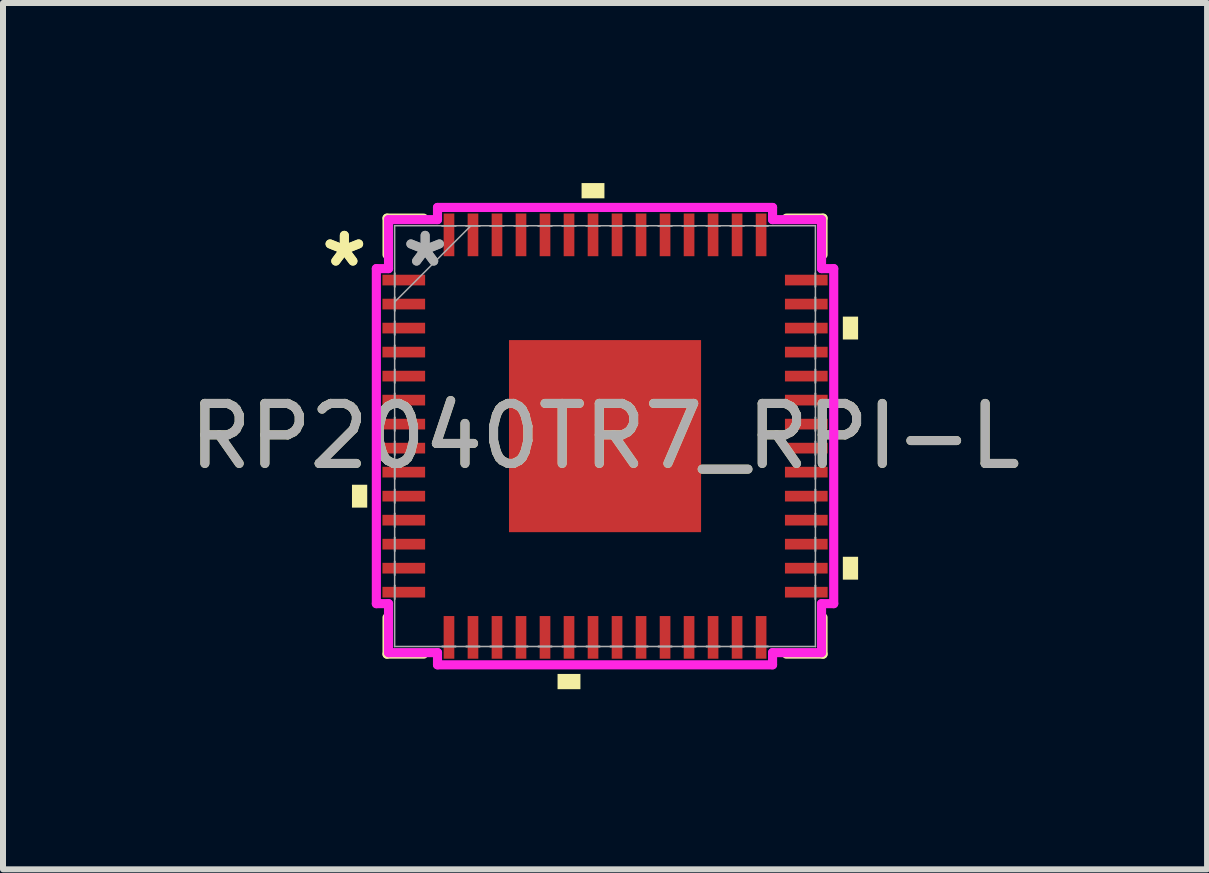
<source format=kicad_pcb>
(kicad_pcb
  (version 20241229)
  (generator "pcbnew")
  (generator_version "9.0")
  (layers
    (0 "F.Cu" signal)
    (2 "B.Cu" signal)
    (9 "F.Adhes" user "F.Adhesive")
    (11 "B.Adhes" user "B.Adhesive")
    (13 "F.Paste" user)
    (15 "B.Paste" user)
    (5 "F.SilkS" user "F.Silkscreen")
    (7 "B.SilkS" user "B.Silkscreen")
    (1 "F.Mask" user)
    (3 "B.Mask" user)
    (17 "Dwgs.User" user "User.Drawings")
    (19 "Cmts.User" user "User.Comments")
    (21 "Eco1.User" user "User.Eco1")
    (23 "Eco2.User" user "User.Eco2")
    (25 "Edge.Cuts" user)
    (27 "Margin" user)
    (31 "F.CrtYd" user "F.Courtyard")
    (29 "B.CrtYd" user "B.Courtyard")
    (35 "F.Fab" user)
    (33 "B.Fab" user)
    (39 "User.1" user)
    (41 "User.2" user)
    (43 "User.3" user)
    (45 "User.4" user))
  (footprint "RP2040TR7_RPI-L"
    (layer "F.Cu")
    (at 7.03 4.216)
    (property "Reference" "RP2040TR7_RPI-L" (at 0 0 0) (unlocked yes) (layer "F.SilkS") (effects (font (size 1 1) (thickness 0.15))))
    (attr smd)
    (fp_line (start -3.632 -3.632) (end -3.632 -3.022) (stroke (width 0.152) (type solid)) (layer "F.SilkS"))
    (fp_line (start -3.632 3.022) (end -3.632 3.632) (stroke (width 0.152) (type solid)) (layer "F.SilkS"))
    (fp_line (start -3.632 3.632) (end -3.022 3.632) (stroke (width 0.152) (type solid)) (layer "F.SilkS"))
    (fp_line (start -3.022 -3.632) (end -3.632 -3.632) (stroke (width 0.152) (type solid)) (layer "F.SilkS"))
    (fp_line (start 3.022 3.632) (end 3.632 3.632) (stroke (width 0.152) (type solid)) (layer "F.SilkS"))
    (fp_line (start 3.632 -3.632) (end 3.022 -3.632) (stroke (width 0.152) (type solid)) (layer "F.SilkS"))
    (fp_line (start 3.632 -3.022) (end 3.632 -3.632) (stroke (width 0.152) (type solid)) (layer "F.SilkS"))
    (fp_line (start 3.632 3.632) (end 3.632 3.022) (stroke (width 0.152) (type solid)) (layer "F.SilkS"))
    (fp_poly (pts (xy -4.216 0.81) (xy -4.216 1.191) (xy -3.962 1.191) (xy -3.962 0.81)) (stroke (width 0) (type solid)) (fill yes) (layer "F.SilkS"))
    (fp_poly (pts (xy -0.791 3.962) (xy -0.791 4.216) (xy -0.41 4.216) (xy -0.41 3.962)) (stroke (width 0) (type solid)) (fill yes) (layer "F.SilkS"))
    (fp_poly (pts (xy -0.391 -3.962) (xy -0.391 -4.216) (xy -0.01 -4.216) (xy -0.01 -3.962)) (stroke (width 0) (type solid)) (fill yes) (layer "F.SilkS"))
    (fp_poly (pts (xy 4.216 -1.991) (xy 4.216 -1.61) (xy 3.962 -1.61) (xy 3.962 -1.991)) (stroke (width 0) (type solid)) (fill yes) (layer "F.SilkS"))
    (fp_poly (pts (xy 4.216 2.01) (xy 4.216 2.391) (xy 3.962 2.391) (xy 3.962 2.01)) (stroke (width 0) (type solid)) (fill yes) (layer "F.SilkS"))
    (fp_poly (pts (xy -1.5 -1.5) (xy -1.5 -0.1) (xy -0.1 -0.1) (xy -0.1 -1.5)) (stroke (width 0) (type solid)) (fill yes) (layer "F.Paste"))
    (fp_poly (pts (xy -1.5 0.1) (xy -1.5 1.5) (xy -0.1 1.5) (xy -0.1 0.1)) (stroke (width 0) (type solid)) (fill yes) (layer "F.Paste"))
    (fp_poly (pts (xy 0.1 -1.5) (xy 0.1 -0.1) (xy 1.5 -0.1) (xy 1.5 -1.5)) (stroke (width 0) (type solid)) (fill yes) (layer "F.Paste"))
    (fp_poly (pts (xy 0.1 0.1) (xy 0.1 1.5) (xy 1.5 1.5) (xy 1.5 0.1)) (stroke (width 0) (type solid)) (fill yes) (layer "F.Paste"))
    (fp_line (start -3.81 -2.791) (end -3.607 -2.791) (stroke (width 0.152) (type solid)) (layer "F.CrtYd"))
    (fp_line (start -3.81 2.791) (end -3.81 -2.791) (stroke (width 0.152) (type solid)) (layer "F.CrtYd"))
    (fp_line (start -3.607 -3.607) (end -2.791 -3.607) (stroke (width 0.152) (type solid)) (layer "F.CrtYd"))
    (fp_line (start -3.607 -2.791) (end -3.607 -3.607) (stroke (width 0.152) (type solid)) (layer "F.CrtYd"))
    (fp_line (start -3.607 2.791) (end -3.81 2.791) (stroke (width 0.152) (type solid)) (layer "F.CrtYd"))
    (fp_line (start -3.607 3.607) (end -3.607 2.791) (stroke (width 0.152) (type solid)) (layer "F.CrtYd"))
    (fp_line (start -2.791 -3.81) (end 2.791 -3.81) (stroke (width 0.152) (type solid)) (layer "F.CrtYd"))
    (fp_line (start -2.791 -3.607) (end -2.791 -3.81) (stroke (width 0.152) (type solid)) (layer "F.CrtYd"))
    (fp_line (start -2.791 3.607) (end -3.607 3.607) (stroke (width 0.152) (type solid)) (layer "F.CrtYd"))
    (fp_line (start -2.791 3.81) (end -2.791 3.607) (stroke (width 0.152) (type solid)) (layer "F.CrtYd"))
    (fp_line (start 2.791 -3.81) (end 2.791 -3.607) (stroke (width 0.152) (type solid)) (layer "F.CrtYd"))
    (fp_line (start 2.791 -3.607) (end 3.607 -3.607) (stroke (width 0.152) (type solid)) (layer "F.CrtYd"))
    (fp_line (start 2.791 3.607) (end 2.791 3.81) (stroke (width 0.152) (type solid)) (layer "F.CrtYd"))
    (fp_line (start 2.791 3.81) (end -2.791 3.81) (stroke (width 0.152) (type solid)) (layer "F.CrtYd"))
    (fp_line (start 3.607 -3.607) (end 3.607 -2.791) (stroke (width 0.152) (type solid)) (layer "F.CrtYd"))
    (fp_line (start 3.607 -2.791) (end 3.81 -2.791) (stroke (width 0.152) (type solid)) (layer "F.CrtYd"))
    (fp_line (start 3.607 2.791) (end 3.607 3.607) (stroke (width 0.152) (type solid)) (layer "F.CrtYd"))
    (fp_line (start 3.607 3.607) (end 2.791 3.607) (stroke (width 0.152) (type solid)) (layer "F.CrtYd"))
    (fp_line (start 3.81 -2.791) (end 3.81 2.791) (stroke (width 0.152) (type solid)) (layer "F.CrtYd"))
    (fp_line (start 3.81 2.791) (end 3.607 2.791) (stroke (width 0.152) (type solid)) (layer "F.CrtYd"))
    (fp_line (start -3.505 -3.505) (end -3.505 -3.505) (stroke (width 0.025) (type solid)) (layer "F.Fab"))
    (fp_line (start -3.505 -3.505) (end -3.505 3.505) (stroke (width 0.025) (type solid)) (layer "F.Fab"))
    (fp_line (start -3.505 -2.715) (end -3.505 -2.715) (stroke (width 0.025) (type solid)) (layer "F.Fab"))
    (fp_line (start -3.505 -2.715) (end -3.505 -2.486) (stroke (width 0.025) (type solid)) (layer "F.Fab"))
    (fp_line (start -3.505 -2.486) (end -3.505 -2.715) (stroke (width 0.025) (type solid)) (layer "F.Fab"))
    (fp_line (start -3.505 -2.486) (end -3.505 -2.486) (stroke (width 0.025) (type solid)) (layer "F.Fab"))
    (fp_line (start -3.505 -2.315) (end -3.505 -2.315) (stroke (width 0.025) (type solid)) (layer "F.Fab"))
    (fp_line (start -3.505 -2.315) (end -3.505 -2.086) (stroke (width 0.025) (type solid)) (layer "F.Fab"))
    (fp_line (start -3.505 -2.235) (end -2.235 -3.505) (stroke (width 0.025) (type solid)) (layer "F.Fab"))
    (fp_line (start -3.505 -2.086) (end -3.505 -2.315) (stroke (width 0.025) (type solid)) (layer "F.Fab"))
    (fp_line (start -3.505 -2.086) (end -3.505 -2.086) (stroke (width 0.025) (type solid)) (layer "F.Fab"))
    (fp_line (start -3.505 -1.915) (end -3.505 -1.915) (stroke (width 0.025) (type solid)) (layer "F.Fab"))
    (fp_line (start -3.505 -1.915) (end -3.505 -1.686) (stroke (width 0.025) (type solid)) (layer "F.Fab"))
    (fp_line (start -3.505 -1.686) (end -3.505 -1.915) (stroke (width 0.025) (type solid)) (layer "F.Fab"))
    (fp_line (start -3.505 -1.686) (end -3.505 -1.686) (stroke (width 0.025) (type solid)) (layer "F.Fab"))
    (fp_line (start -3.505 -1.514) (end -3.505 -1.514) (stroke (width 0.025) (type solid)) (layer "F.Fab"))
    (fp_line (start -3.505 -1.514) (end -3.505 -1.286) (stroke (width 0.025) (type solid)) (layer "F.Fab"))
    (fp_line (start -3.505 -1.286) (end -3.505 -1.514) (stroke (width 0.025) (type solid)) (layer "F.Fab"))
    (fp_line (start -3.505 -1.286) (end -3.505 -1.286) (stroke (width 0.025) (type solid)) (layer "F.Fab"))
    (fp_line (start -3.505 -1.114) (end -3.505 -1.114) (stroke (width 0.025) (type solid)) (layer "F.Fab"))
    (fp_line (start -3.505 -1.114) (end -3.505 -0.886) (stroke (width 0.025) (type solid)) (layer "F.Fab"))
    (fp_line (start -3.505 -0.886) (end -3.505 -1.114) (stroke (width 0.025) (type solid)) (layer "F.Fab"))
    (fp_line (start -3.505 -0.886) (end -3.505 -0.886) (stroke (width 0.025) (type solid)) (layer "F.Fab"))
    (fp_line (start -3.505 -0.714) (end -3.505 -0.714) (stroke (width 0.025) (type solid)) (layer "F.Fab"))
    (fp_line (start -3.505 -0.714) (end -3.505 -0.486) (stroke (width 0.025) (type solid)) (layer "F.Fab"))
    (fp_line (start -3.505 -0.486) (end -3.505 -0.714) (stroke (width 0.025) (type solid)) (layer "F.Fab"))
    (fp_line (start -3.505 -0.486) (end -3.505 -0.486) (stroke (width 0.025) (type solid)) (layer "F.Fab"))
    (fp_line (start -3.505 -0.314) (end -3.505 -0.314) (stroke (width 0.025) (type solid)) (layer "F.Fab"))
    (fp_line (start -3.505 -0.314) (end -3.505 -0.086) (stroke (width 0.025) (type solid)) (layer "F.Fab"))
    (fp_line (start -3.505 -0.086) (end -3.505 -0.314) (stroke (width 0.025) (type solid)) (layer "F.Fab"))
    (fp_line (start -3.505 -0.086) (end -3.505 -0.086) (stroke (width 0.025) (type solid)) (layer "F.Fab"))
    (fp_line (start -3.505 0.086) (end -3.505 0.086) (stroke (width 0.025) (type solid)) (layer "F.Fab"))
    (fp_line (start -3.505 0.086) (end -3.505 0.314) (stroke (width 0.025) (type solid)) (layer "F.Fab"))
    (fp_line (start -3.505 0.314) (end -3.505 0.086) (stroke (width 0.025) (type solid)) (layer "F.Fab"))
    (fp_line (start -3.505 0.314) (end -3.505 0.314) (stroke (width 0.025) (type solid)) (layer "F.Fab"))
    (fp_line (start -3.505 0.486) (end -3.505 0.486) (stroke (width 0.025) (type solid)) (layer "F.Fab"))
    (fp_line (start -3.505 0.486) (end -3.505 0.714) (stroke (width 0.025) (type solid)) (layer "F.Fab"))
    (fp_line (start -3.505 0.714) (end -3.505 0.486) (stroke (width 0.025) (type solid)) (layer "F.Fab"))
    (fp_line (start -3.505 0.714) (end -3.505 0.714) (stroke (width 0.025) (type solid)) (layer "F.Fab"))
    (fp_line (start -3.505 0.886) (end -3.505 0.886) (stroke (width 0.025) (type solid)) (layer "F.Fab"))
    (fp_line (start -3.505 0.886) (end -3.505 1.114) (stroke (width 0.025) (type solid)) (layer "F.Fab"))
    (fp_line (start -3.505 1.114) (end -3.505 0.886) (stroke (width 0.025) (type solid)) (layer "F.Fab"))
    (fp_line (start -3.505 1.114) (end -3.505 1.114) (stroke (width 0.025) (type solid)) (layer "F.Fab"))
    (fp_line (start -3.505 1.286) (end -3.505 1.286) (stroke (width 0.025) (type solid)) (layer "F.Fab"))
    (fp_line (start -3.505 1.286) (end -3.505 1.514) (stroke (width 0.025) (type solid)) (layer "F.Fab"))
    (fp_line (start -3.505 1.514) (end -3.505 1.286) (stroke (width 0.025) (type solid)) (layer "F.Fab"))
    (fp_line (start -3.505 1.514) (end -3.505 1.514) (stroke (width 0.025) (type solid)) (layer "F.Fab"))
    (fp_line (start -3.505 1.686) (end -3.505 1.686) (stroke (width 0.025) (type solid)) (layer "F.Fab"))
    (fp_line (start -3.505 1.686) (end -3.505 1.915) (stroke (width 0.025) (type solid)) (layer "F.Fab"))
    (fp_line (start -3.505 1.915) (end -3.505 1.686) (stroke (width 0.025) (type solid)) (layer "F.Fab"))
    (fp_line (start -3.505 1.915) (end -3.505 1.915) (stroke (width 0.025) (type solid)) (layer "F.Fab"))
    (fp_line (start -3.505 2.086) (end -3.505 2.086) (stroke (width 0.025) (type solid)) (layer "F.Fab"))
    (fp_line (start -3.505 2.086) (end -3.505 2.315) (stroke (width 0.025) (type solid)) (layer "F.Fab"))
    (fp_line (start -3.505 2.315) (end -3.505 2.086) (stroke (width 0.025) (type solid)) (layer "F.Fab"))
    (fp_line (start -3.505 2.315) (end -3.505 2.315) (stroke (width 0.025) (type solid)) (layer "F.Fab"))
    (fp_line (start -3.505 2.486) (end -3.505 2.486) (stroke (width 0.025) (type solid)) (layer "F.Fab"))
    (fp_line (start -3.505 2.486) (end -3.505 2.715) (stroke (width 0.025) (type solid)) (layer "F.Fab"))
    (fp_line (start -3.505 2.715) (end -3.505 2.486) (stroke (width 0.025) (type solid)) (layer "F.Fab"))
    (fp_line (start -3.505 2.715) (end -3.505 2.715) (stroke (width 0.025) (type solid)) (layer "F.Fab"))
    (fp_line (start -3.505 3.505) (end -3.505 3.505) (stroke (width 0.025) (type solid)) (layer "F.Fab"))
    (fp_line (start -3.505 3.505) (end 3.505 3.505) (stroke (width 0.025) (type solid)) (layer "F.Fab"))
    (fp_line (start -2.715 -3.505) (end -2.715 -3.505) (stroke (width 0.025) (type solid)) (layer "F.Fab"))
    (fp_line (start -2.715 -3.505) (end -2.486 -3.505) (stroke (width 0.025) (type solid)) (layer "F.Fab"))
    (fp_line (start -2.715 3.505) (end -2.715 3.505) (stroke (width 0.025) (type solid)) (layer "F.Fab"))
    (fp_line (start -2.715 3.505) (end -2.486 3.505) (stroke (width 0.025) (type solid)) (layer "F.Fab"))
    (fp_line (start -2.486 -3.505) (end -2.715 -3.505) (stroke (width 0.025) (type solid)) (layer "F.Fab"))
    (fp_line (start -2.486 -3.505) (end -2.486 -3.505) (stroke (width 0.025) (type solid)) (layer "F.Fab"))
    (fp_line (start -2.486 3.505) (end -2.715 3.505) (stroke (width 0.025) (type solid)) (layer "F.Fab"))
    (fp_line (start -2.486 3.505) (end -2.486 3.505) (stroke (width 0.025) (type solid)) (layer "F.Fab"))
    (fp_line (start -2.315 -3.505) (end -2.315 -3.505) (stroke (width 0.025) (type solid)) (layer "F.Fab"))
    (fp_line (start -2.315 -3.505) (end -2.086 -3.505) (stroke (width 0.025) (type solid)) (layer "F.Fab"))
    (fp_line (start -2.315 3.505) (end -2.315 3.505) (stroke (width 0.025) (type solid)) (layer "F.Fab"))
    (fp_line (start -2.315 3.505) (end -2.086 3.505) (stroke (width 0.025) (type solid)) (layer "F.Fab"))
    (fp_line (start -2.086 -3.505) (end -2.315 -3.505) (stroke (width 0.025) (type solid)) (layer "F.Fab"))
    (fp_line (start -2.086 -3.505) (end -2.086 -3.505) (stroke (width 0.025) (type solid)) (layer "F.Fab"))
    (fp_line (start -2.086 3.505) (end -2.315 3.505) (stroke (width 0.025) (type solid)) (layer "F.Fab"))
    (fp_line (start -2.086 3.505) (end -2.086 3.505) (stroke (width 0.025) (type solid)) (layer "F.Fab"))
    (fp_line (start -1.915 -3.505) (end -1.915 -3.505) (stroke (width 0.025) (type solid)) (layer "F.Fab"))
    (fp_line (start -1.915 -3.505) (end -1.686 -3.505) (stroke (width 0.025) (type solid)) (layer "F.Fab"))
    (fp_line (start -1.915 3.505) (end -1.915 3.505) (stroke (width 0.025) (type solid)) (layer "F.Fab"))
    (fp_line (start -1.915 3.505) (end -1.686 3.505) (stroke (width 0.025) (type solid)) (layer "F.Fab"))
    (fp_line (start -1.686 -3.505) (end -1.915 -3.505) (stroke (width 0.025) (type solid)) (layer "F.Fab"))
    (fp_line (start -1.686 -3.505) (end -1.686 -3.505) (stroke (width 0.025) (type solid)) (layer "F.Fab"))
    (fp_line (start -1.686 3.505) (end -1.915 3.505) (stroke (width 0.025) (type solid)) (layer "F.Fab"))
    (fp_line (start -1.686 3.505) (end -1.686 3.505) (stroke (width 0.025) (type solid)) (layer "F.Fab"))
    (fp_line (start -1.514 -3.505) (end -1.514 -3.505) (stroke (width 0.025) (type solid)) (layer "F.Fab"))
    (fp_line (start -1.514 -3.505) (end -1.286 -3.505) (stroke (width 0.025) (type solid)) (layer "F.Fab"))
    (fp_line (start -1.514 3.505) (end -1.514 3.505) (stroke (width 0.025) (type solid)) (layer "F.Fab"))
    (fp_line (start -1.514 3.505) (end -1.286 3.505) (stroke (width 0.025) (type solid)) (layer "F.Fab"))
    (fp_line (start -1.286 -3.505) (end -1.514 -3.505) (stroke (width 0.025) (type solid)) (layer "F.Fab"))
    (fp_line (start -1.286 -3.505) (end -1.286 -3.505) (stroke (width 0.025) (type solid)) (layer "F.Fab"))
    (fp_line (start -1.286 3.505) (end -1.514 3.505) (stroke (width 0.025) (type solid)) (layer "F.Fab"))
    (fp_line (start -1.286 3.505) (end -1.286 3.505) (stroke (width 0.025) (type solid)) (layer "F.Fab"))
    (fp_line (start -1.114 -3.505) (end -1.114 -3.505) (stroke (width 0.025) (type solid)) (layer "F.Fab"))
    (fp_line (start -1.114 -3.505) (end -0.886 -3.505) (stroke (width 0.025) (type solid)) (layer "F.Fab"))
    (fp_line (start -1.114 3.505) (end -1.114 3.505) (stroke (width 0.025) (type solid)) (layer "F.Fab"))
    (fp_line (start -1.114 3.505) (end -0.886 3.505) (stroke (width 0.025) (type solid)) (layer "F.Fab"))
    (fp_line (start -0.886 -3.505) (end -1.114 -3.505) (stroke (width 0.025) (type solid)) (layer "F.Fab"))
    (fp_line (start -0.886 -3.505) (end -0.886 -3.505) (stroke (width 0.025) (type solid)) (layer "F.Fab"))
    (fp_line (start -0.886 3.505) (end -1.114 3.505) (stroke (width 0.025) (type solid)) (layer "F.Fab"))
    (fp_line (start -0.886 3.505) (end -0.886 3.505) (stroke (width 0.025) (type solid)) (layer "F.Fab"))
    (fp_line (start -0.714 -3.505) (end -0.714 -3.505) (stroke (width 0.025) (type solid)) (layer "F.Fab"))
    (fp_line (start -0.714 -3.505) (end -0.486 -3.505) (stroke (width 0.025) (type solid)) (layer "F.Fab"))
    (fp_line (start -0.714 3.505) (end -0.714 3.505) (stroke (width 0.025) (type solid)) (layer "F.Fab"))
    (fp_line (start -0.714 3.505) (end -0.486 3.505) (stroke (width 0.025) (type solid)) (layer "F.Fab"))
    (fp_line (start -0.486 -3.505) (end -0.714 -3.505) (stroke (width 0.025) (type solid)) (layer "F.Fab"))
    (fp_line (start -0.486 -3.505) (end -0.486 -3.505) (stroke (width 0.025) (type solid)) (layer "F.Fab"))
    (fp_line (start -0.486 3.505) (end -0.714 3.505) (stroke (width 0.025) (type solid)) (layer "F.Fab"))
    (fp_line (start -0.486 3.505) (end -0.486 3.505) (stroke (width 0.025) (type solid)) (layer "F.Fab"))
    (fp_line (start -0.314 -3.505) (end -0.314 -3.505) (stroke (width 0.025) (type solid)) (layer "F.Fab"))
    (fp_line (start -0.314 -3.505) (end -0.086 -3.505) (stroke (width 0.025) (type solid)) (layer "F.Fab"))
    (fp_line (start -0.314 3.505) (end -0.314 3.505) (stroke (width 0.025) (type solid)) (layer "F.Fab"))
    (fp_line (start -0.314 3.505) (end -0.086 3.505) (stroke (width 0.025) (type solid)) (layer "F.Fab"))
    (fp_line (start -0.086 -3.505) (end -0.314 -3.505) (stroke (width 0.025) (type solid)) (layer "F.Fab"))
    (fp_line (start -0.086 -3.505) (end -0.086 -3.505) (stroke (width 0.025) (type solid)) (layer "F.Fab"))
    (fp_line (start -0.086 3.505) (end -0.314 3.505) (stroke (width 0.025) (type solid)) (layer "F.Fab"))
    (fp_line (start -0.086 3.505) (end -0.086 3.505) (stroke (width 0.025) (type solid)) (layer "F.Fab"))
    (fp_line (start 0.086 -3.505) (end 0.086 -3.505) (stroke (width 0.025) (type solid)) (layer "F.Fab"))
    (fp_line (start 0.086 -3.505) (end 0.314 -3.505) (stroke (width 0.025) (type solid)) (layer "F.Fab"))
    (fp_line (start 0.086 3.505) (end 0.086 3.505) (stroke (width 0.025) (type solid)) (layer "F.Fab"))
    (fp_line (start 0.086 3.505) (end 0.314 3.505) (stroke (width 0.025) (type solid)) (layer "F.Fab"))
    (fp_line (start 0.314 -3.505) (end 0.086 -3.505) (stroke (width 0.025) (type solid)) (layer "F.Fab"))
    (fp_line (start 0.314 -3.505) (end 0.314 -3.505) (stroke (width 0.025) (type solid)) (layer "F.Fab"))
    (fp_line (start 0.314 3.505) (end 0.086 3.505) (stroke (width 0.025) (type solid)) (layer "F.Fab"))
    (fp_line (start 0.314 3.505) (end 0.314 3.505) (stroke (width 0.025) (type solid)) (layer "F.Fab"))
    (fp_line (start 0.486 -3.505) (end 0.486 -3.505) (stroke (width 0.025) (type solid)) (layer "F.Fab"))
    (fp_line (start 0.486 -3.505) (end 0.714 -3.505) (stroke (width 0.025) (type solid)) (layer "F.Fab"))
    (fp_line (start 0.486 3.505) (end 0.486 3.505) (stroke (width 0.025) (type solid)) (layer "F.Fab"))
    (fp_line (start 0.486 3.505) (end 0.714 3.505) (stroke (width 0.025) (type solid)) (layer "F.Fab"))
    (fp_line (start 0.714 -3.505) (end 0.486 -3.505) (stroke (width 0.025) (type solid)) (layer "F.Fab"))
    (fp_line (start 0.714 -3.505) (end 0.714 -3.505) (stroke (width 0.025) (type solid)) (layer "F.Fab"))
    (fp_line (start 0.714 3.505) (end 0.486 3.505) (stroke (width 0.025) (type solid)) (layer "F.Fab"))
    (fp_line (start 0.714 3.505) (end 0.714 3.505) (stroke (width 0.025) (type solid)) (layer "F.Fab"))
    (fp_line (start 0.886 -3.505) (end 0.886 -3.505) (stroke (width 0.025) (type solid)) (layer "F.Fab"))
    (fp_line (start 0.886 -3.505) (end 1.114 -3.505) (stroke (width 0.025) (type solid)) (layer "F.Fab"))
    (fp_line (start 0.886 3.505) (end 0.886 3.505) (stroke (width 0.025) (type solid)) (layer "F.Fab"))
    (fp_line (start 0.886 3.505) (end 1.114 3.505) (stroke (width 0.025) (type solid)) (layer "F.Fab"))
    (fp_line (start 1.114 -3.505) (end 0.886 -3.505) (stroke (width 0.025) (type solid)) (layer "F.Fab"))
    (fp_line (start 1.114 -3.505) (end 1.114 -3.505) (stroke (width 0.025) (type solid)) (layer "F.Fab"))
    (fp_line (start 1.114 3.505) (end 0.886 3.505) (stroke (width 0.025) (type solid)) (layer "F.Fab"))
    (fp_line (start 1.114 3.505) (end 1.114 3.505) (stroke (width 0.025) (type solid)) (layer "F.Fab"))
    (fp_line (start 1.286 -3.505) (end 1.286 -3.505) (stroke (width 0.025) (type solid)) (layer "F.Fab"))
    (fp_line (start 1.286 -3.505) (end 1.514 -3.505) (stroke (width 0.025) (type solid)) (layer "F.Fab"))
    (fp_line (start 1.286 3.505) (end 1.286 3.505) (stroke (width 0.025) (type solid)) (layer "F.Fab"))
    (fp_line (start 1.286 3.505) (end 1.514 3.505) (stroke (width 0.025) (type solid)) (layer "F.Fab"))
    (fp_line (start 1.514 -3.505) (end 1.286 -3.505) (stroke (width 0.025) (type solid)) (layer "F.Fab"))
    (fp_line (start 1.514 -3.505) (end 1.514 -3.505) (stroke (width 0.025) (type solid)) (layer "F.Fab"))
    (fp_line (start 1.514 3.505) (end 1.286 3.505) (stroke (width 0.025) (type solid)) (layer "F.Fab"))
    (fp_line (start 1.514 3.505) (end 1.514 3.505) (stroke (width 0.025) (type solid)) (layer "F.Fab"))
    (fp_line (start 1.686 -3.505) (end 1.686 -3.505) (stroke (width 0.025) (type solid)) (layer "F.Fab"))
    (fp_line (start 1.686 -3.505) (end 1.915 -3.505) (stroke (width 0.025) (type solid)) (layer "F.Fab"))
    (fp_line (start 1.686 3.505) (end 1.686 3.505) (stroke (width 0.025) (type solid)) (layer "F.Fab"))
    (fp_line (start 1.686 3.505) (end 1.915 3.505) (stroke (width 0.025) (type solid)) (layer "F.Fab"))
    (fp_line (start 1.915 -3.505) (end 1.686 -3.505) (stroke (width 0.025) (type solid)) (layer "F.Fab"))
    (fp_line (start 1.915 -3.505) (end 1.915 -3.505) (stroke (width 0.025) (type solid)) (layer "F.Fab"))
    (fp_line (start 1.915 3.505) (end 1.686 3.505) (stroke (width 0.025) (type solid)) (layer "F.Fab"))
    (fp_line (start 1.915 3.505) (end 1.915 3.505) (stroke (width 0.025) (type solid)) (layer "F.Fab"))
    (fp_line (start 2.086 -3.505) (end 2.086 -3.505) (stroke (width 0.025) (type solid)) (layer "F.Fab"))
    (fp_line (start 2.086 -3.505) (end 2.315 -3.505) (stroke (width 0.025) (type solid)) (layer "F.Fab"))
    (fp_line (start 2.086 3.505) (end 2.086 3.505) (stroke (width 0.025) (type solid)) (layer "F.Fab"))
    (fp_line (start 2.086 3.505) (end 2.315 3.505) (stroke (width 0.025) (type solid)) (layer "F.Fab"))
    (fp_line (start 2.315 -3.505) (end 2.086 -3.505) (stroke (width 0.025) (type solid)) (layer "F.Fab"))
    (fp_line (start 2.315 -3.505) (end 2.315 -3.505) (stroke (width 0.025) (type solid)) (layer "F.Fab"))
    (fp_line (start 2.315 3.505) (end 2.086 3.505) (stroke (width 0.025) (type solid)) (layer "F.Fab"))
    (fp_line (start 2.315 3.505) (end 2.315 3.505) (stroke (width 0.025) (type solid)) (layer "F.Fab"))
    (fp_line (start 2.486 -3.505) (end 2.486 -3.505) (stroke (width 0.025) (type solid)) (layer "F.Fab"))
    (fp_line (start 2.486 -3.505) (end 2.715 -3.505) (stroke (width 0.025) (type solid)) (layer "F.Fab"))
    (fp_line (start 2.486 3.505) (end 2.486 3.505) (stroke (width 0.025) (type solid)) (layer "F.Fab"))
    (fp_line (start 2.486 3.505) (end 2.715 3.505) (stroke (width 0.025) (type solid)) (layer "F.Fab"))
    (fp_line (start 2.715 -3.505) (end 2.486 -3.505) (stroke (width 0.025) (type solid)) (layer "F.Fab"))
    (fp_line (start 2.715 -3.505) (end 2.715 -3.505) (stroke (width 0.025) (type solid)) (layer "F.Fab"))
    (fp_line (start 2.715 3.505) (end 2.486 3.505) (stroke (width 0.025) (type solid)) (layer "F.Fab"))
    (fp_line (start 2.715 3.505) (end 2.715 3.505) (stroke (width 0.025) (type solid)) (layer "F.Fab"))
    (fp_line (start 3.505 -3.505) (end -3.505 -3.505) (stroke (width 0.025) (type solid)) (layer "F.Fab"))
    (fp_line (start 3.505 -3.505) (end 3.505 -3.505) (stroke (width 0.025) (type solid)) (layer "F.Fab"))
    (fp_line (start 3.505 -2.715) (end 3.505 -2.715) (stroke (width 0.025) (type solid)) (layer "F.Fab"))
    (fp_line (start 3.505 -2.715) (end 3.505 -2.486) (stroke (width 0.025) (type solid)) (layer "F.Fab"))
    (fp_line (start 3.505 -2.486) (end 3.505 -2.715) (stroke (width 0.025) (type solid)) (layer "F.Fab"))
    (fp_line (start 3.505 -2.486) (end 3.505 -2.486) (stroke (width 0.025) (type solid)) (layer "F.Fab"))
    (fp_line (start 3.505 -2.315) (end 3.505 -2.315) (stroke (width 0.025) (type solid)) (layer "F.Fab"))
    (fp_line (start 3.505 -2.315) (end 3.505 -2.086) (stroke (width 0.025) (type solid)) (layer "F.Fab"))
    (fp_line (start 3.505 -2.086) (end 3.505 -2.315) (stroke (width 0.025) (type solid)) (layer "F.Fab"))
    (fp_line (start 3.505 -2.086) (end 3.505 -2.086) (stroke (width 0.025) (type solid)) (layer "F.Fab"))
    (fp_line (start 3.505 -1.915) (end 3.505 -1.915) (stroke (width 0.025) (type solid)) (layer "F.Fab"))
    (fp_line (start 3.505 -1.915) (end 3.505 -1.686) (stroke (width 0.025) (type solid)) (layer "F.Fab"))
    (fp_line (start 3.505 -1.686) (end 3.505 -1.915) (stroke (width 0.025) (type solid)) (layer "F.Fab"))
    (fp_line (start 3.505 -1.686) (end 3.505 -1.686) (stroke (width 0.025) (type solid)) (layer "F.Fab"))
    (fp_line (start 3.505 -1.514) (end 3.505 -1.514) (stroke (width 0.025) (type solid)) (layer "F.Fab"))
    (fp_line (start 3.505 -1.514) (end 3.505 -1.286) (stroke (width 0.025) (type solid)) (layer "F.Fab"))
    (fp_line (start 3.505 -1.286) (end 3.505 -1.514) (stroke (width 0.025) (type solid)) (layer "F.Fab"))
    (fp_line (start 3.505 -1.286) (end 3.505 -1.286) (stroke (width 0.025) (type solid)) (layer "F.Fab"))
    (fp_line (start 3.505 -1.114) (end 3.505 -1.114) (stroke (width 0.025) (type solid)) (layer "F.Fab"))
    (fp_line (start 3.505 -1.114) (end 3.505 -0.886) (stroke (width 0.025) (type solid)) (layer "F.Fab"))
    (fp_line (start 3.505 -0.886) (end 3.505 -1.114) (stroke (width 0.025) (type solid)) (layer "F.Fab"))
    (fp_line (start 3.505 -0.886) (end 3.505 -0.886) (stroke (width 0.025) (type solid)) (layer "F.Fab"))
    (fp_line (start 3.505 -0.714) (end 3.505 -0.714) (stroke (width 0.025) (type solid)) (layer "F.Fab"))
    (fp_line (start 3.505 -0.714) (end 3.505 -0.486) (stroke (width 0.025) (type solid)) (layer "F.Fab"))
    (fp_line (start 3.505 -0.486) (end 3.505 -0.714) (stroke (width 0.025) (type solid)) (layer "F.Fab"))
    (fp_line (start 3.505 -0.486) (end 3.505 -0.486) (stroke (width 0.025) (type solid)) (layer "F.Fab"))
    (fp_line (start 3.505 -0.314) (end 3.505 -0.314) (stroke (width 0.025) (type solid)) (layer "F.Fab"))
    (fp_line (start 3.505 -0.314) (end 3.505 -0.086) (stroke (width 0.025) (type solid)) (layer "F.Fab"))
    (fp_line (start 3.505 -0.086) (end 3.505 -0.314) (stroke (width 0.025) (type solid)) (layer "F.Fab"))
    (fp_line (start 3.505 -0.086) (end 3.505 -0.086) (stroke (width 0.025) (type solid)) (layer "F.Fab"))
    (fp_line (start 3.505 0.086) (end 3.505 0.086) (stroke (width 0.025) (type solid)) (layer "F.Fab"))
    (fp_line (start 3.505 0.086) (end 3.505 0.314) (stroke (width 0.025) (type solid)) (layer "F.Fab"))
    (fp_line (start 3.505 0.314) (end 3.505 0.086) (stroke (width 0.025) (type solid)) (layer "F.Fab"))
    (fp_line (start 3.505 0.314) (end 3.505 0.314) (stroke (width 0.025) (type solid)) (layer "F.Fab"))
    (fp_line (start 3.505 0.486) (end 3.505 0.486) (stroke (width 0.025) (type solid)) (layer "F.Fab"))
    (fp_line (start 3.505 0.486) (end 3.505 0.714) (stroke (width 0.025) (type solid)) (layer "F.Fab"))
    (fp_line (start 3.505 0.714) (end 3.505 0.486) (stroke (width 0.025) (type solid)) (layer "F.Fab"))
    (fp_line (start 3.505 0.714) (end 3.505 0.714) (stroke (width 0.025) (type solid)) (layer "F.Fab"))
    (fp_line (start 3.505 0.886) (end 3.505 0.886) (stroke (width 0.025) (type solid)) (layer "F.Fab"))
    (fp_line (start 3.505 0.886) (end 3.505 1.114) (stroke (width 0.025) (type solid)) (layer "F.Fab"))
    (fp_line (start 3.505 1.114) (end 3.505 0.886) (stroke (width 0.025) (type solid)) (layer "F.Fab"))
    (fp_line (start 3.505 1.114) (end 3.505 1.114) (stroke (width 0.025) (type solid)) (layer "F.Fab"))
    (fp_line (start 3.505 1.286) (end 3.505 1.286) (stroke (width 0.025) (type solid)) (layer "F.Fab"))
    (fp_line (start 3.505 1.286) (end 3.505 1.514) (stroke (width 0.025) (type solid)) (layer "F.Fab"))
    (fp_line (start 3.505 1.514) (end 3.505 1.286) (stroke (width 0.025) (type solid)) (layer "F.Fab"))
    (fp_line (start 3.505 1.514) (end 3.505 1.514) (stroke (width 0.025) (type solid)) (layer "F.Fab"))
    (fp_line (start 3.505 1.686) (end 3.505 1.686) (stroke (width 0.025) (type solid)) (layer "F.Fab"))
    (fp_line (start 3.505 1.686) (end 3.505 1.915) (stroke (width 0.025) (type solid)) (layer "F.Fab"))
    (fp_line (start 3.505 1.915) (end 3.505 1.686) (stroke (width 0.025) (type solid)) (layer "F.Fab"))
    (fp_line (start 3.505 1.915) (end 3.505 1.915) (stroke (width 0.025) (type solid)) (layer "F.Fab"))
    (fp_line (start 3.505 2.086) (end 3.505 2.086) (stroke (width 0.025) (type solid)) (layer "F.Fab"))
    (fp_line (start 3.505 2.086) (end 3.505 2.315) (stroke (width 0.025) (type solid)) (layer "F.Fab"))
    (fp_line (start 3.505 2.315) (end 3.505 2.086) (stroke (width 0.025) (type solid)) (layer "F.Fab"))
    (fp_line (start 3.505 2.315) (end 3.505 2.315) (stroke (width 0.025) (type solid)) (layer "F.Fab"))
    (fp_line (start 3.505 2.486) (end 3.505 2.486) (stroke (width 0.025) (type solid)) (layer "F.Fab"))
    (fp_line (start 3.505 2.486) (end 3.505 2.715) (stroke (width 0.025) (type solid)) (layer "F.Fab"))
    (fp_line (start 3.505 2.715) (end 3.505 2.486) (stroke (width 0.025) (type solid)) (layer "F.Fab"))
    (fp_line (start 3.505 2.715) (end 3.505 2.715) (stroke (width 0.025) (type solid)) (layer "F.Fab"))
    (fp_line (start 3.505 3.505) (end 3.505 -3.505) (stroke (width 0.025) (type solid)) (layer "F.Fab"))
    (fp_line (start 3.505 3.505) (end 3.505 3.505) (stroke (width 0.025) (type solid)) (layer "F.Fab"))
    (fp_text user "*" (at -4.343 -2.8 0) (unlocked yes) (layer "F.SilkS") (effects (font (size 1 1) (thickness 0.15))))
    (fp_text user "*" (at -4.343 -2.8 0) (layer "F.SilkS") (effects (font (size 1 1) (thickness 0.15))))
    (fp_text user "*" (at -2.997 -2.8 0) (layer "F.Fab") (effects (font (size 1 1) (thickness 0.15))))
    (fp_text user "*" (at -2.997 -2.8 0) (unlocked yes) (layer "F.Fab") (effects (font (size 1 1) (thickness 0.15))))
    (fp_text user "${REFERENCE}" (at 0 0 0) (unlocked yes) (layer "F.Fab") (effects (font (size 1 1) (thickness 0.15))))
    (pad "1" smd rect (at -3.353 -2.6 90) (size 0.178 0.711) (layers "F.Cu" "F.Mask" "F.Paste"))
    (pad "2" smd rect (at -3.353 -2.2 90) (size 0.178 0.711) (layers "F.Cu" "F.Mask" "F.Paste"))
    (pad "3" smd rect (at -3.353 -1.8 90) (size 0.178 0.711) (layers "F.Cu" "F.Mask" "F.Paste"))
    (pad "4" smd rect (at -3.353 -1.4 90) (size 0.178 0.711) (layers "F.Cu" "F.Mask" "F.Paste"))
    (pad "5" smd rect (at -3.353 -1 90) (size 0.178 0.711) (layers "F.Cu" "F.Mask" "F.Paste"))
    (pad "6" smd rect (at -3.353 -0.6 90) (size 0.178 0.711) (layers "F.Cu" "F.Mask" "F.Paste"))
    (pad "7" smd rect (at -3.353 -0.2 90) (size 0.178 0.711) (layers "F.Cu" "F.Mask" "F.Paste"))
    (pad "8" smd rect (at -3.353 0.2 90) (size 0.178 0.711) (layers "F.Cu" "F.Mask" "F.Paste"))
    (pad "9" smd rect (at -3.353 0.6 90) (size 0.178 0.711) (layers "F.Cu" "F.Mask" "F.Paste"))
    (pad "10" smd rect (at -3.353 1 90) (size 0.178 0.711) (layers "F.Cu" "F.Mask" "F.Paste"))
    (pad "11" smd rect (at -3.353 1.4 90) (size 0.178 0.711) (layers "F.Cu" "F.Mask" "F.Paste"))
    (pad "12" smd rect (at -3.353 1.8 90) (size 0.178 0.711) (layers "F.Cu" "F.Mask" "F.Paste"))
    (pad "13" smd rect (at -3.353 2.2 90) (size 0.178 0.711) (layers "F.Cu" "F.Mask" "F.Paste"))
    (pad "14" smd rect (at -3.353 2.6 90) (size 0.178 0.711) (layers "F.Cu" "F.Mask" "F.Paste"))
    (pad "15" smd rect (at -2.6 3.353) (size 0.178 0.711) (layers "F.Cu" "F.Mask" "F.Paste"))
    (pad "16" smd rect (at -2.2 3.353) (size 0.178 0.711) (layers "F.Cu" "F.Mask" "F.Paste"))
    (pad "17" smd rect (at -1.8 3.353) (size 0.178 0.711) (layers "F.Cu" "F.Mask" "F.Paste"))
    (pad "18" smd rect (at -1.4 3.353) (size 0.178 0.711) (layers "F.Cu" "F.Mask" "F.Paste"))
    (pad "19" smd rect (at -1 3.353) (size 0.178 0.711) (layers "F.Cu" "F.Mask" "F.Paste"))
    (pad "20" smd rect (at -0.6 3.353) (size 0.178 0.711) (layers "F.Cu" "F.Mask" "F.Paste"))
    (pad "21" smd rect (at -0.2 3.353) (size 0.178 0.711) (layers "F.Cu" "F.Mask" "F.Paste"))
    (pad "22" smd rect (at 0.2 3.353) (size 0.178 0.711) (layers "F.Cu" "F.Mask" "F.Paste"))
    (pad "23" smd rect (at 0.6 3.353) (size 0.178 0.711) (layers "F.Cu" "F.Mask" "F.Paste"))
    (pad "24" smd rect (at 1 3.353) (size 0.178 0.711) (layers "F.Cu" "F.Mask" "F.Paste"))
    (pad "25" smd rect (at 1.4 3.353) (size 0.178 0.711) (layers "F.Cu" "F.Mask" "F.Paste"))
    (pad "26" smd rect (at 1.8 3.353) (size 0.178 0.711) (layers "F.Cu" "F.Mask" "F.Paste"))
    (pad "27" smd rect (at 2.2 3.353) (size 0.178 0.711) (layers "F.Cu" "F.Mask" "F.Paste"))
    (pad "28" smd rect (at 2.6 3.353) (size 0.178 0.711) (layers "F.Cu" "F.Mask" "F.Paste"))
    (pad "29" smd rect (at 3.353 2.6 90) (size 0.178 0.711) (layers "F.Cu" "F.Mask" "F.Paste"))
    (pad "30" smd rect (at 3.353 2.2 90) (size 0.178 0.711) (layers "F.Cu" "F.Mask" "F.Paste"))
    (pad "31" smd rect (at 3.353 1.8 90) (size 0.178 0.711) (layers "F.Cu" "F.Mask" "F.Paste"))
    (pad "32" smd rect (at 3.353 1.4 90) (size 0.178 0.711) (layers "F.Cu" "F.Mask" "F.Paste"))
    (pad "33" smd rect (at 3.353 1 90) (size 0.178 0.711) (layers "F.Cu" "F.Mask" "F.Paste"))
    (pad "34" smd rect (at 3.353 0.6 90) (size 0.178 0.711) (layers "F.Cu" "F.Mask" "F.Paste"))
    (pad "35" smd rect (at 3.353 0.2 90) (size 0.178 0.711) (layers "F.Cu" "F.Mask" "F.Paste"))
    (pad "36" smd rect (at 3.353 -0.2 90) (size 0.178 0.711) (layers "F.Cu" "F.Mask" "F.Paste"))
    (pad "37" smd rect (at 3.353 -0.6 90) (size 0.178 0.711) (layers "F.Cu" "F.Mask" "F.Paste"))
    (pad "38" smd rect (at 3.353 -1 90) (size 0.178 0.711) (layers "F.Cu" "F.Mask" "F.Paste"))
    (pad "39" smd rect (at 3.353 -1.4 90) (size 0.178 0.711) (layers "F.Cu" "F.Mask" "F.Paste"))
    (pad "40" smd rect (at 3.353 -1.8 90) (size 0.178 0.711) (layers "F.Cu" "F.Mask" "F.Paste"))
    (pad "41" smd rect (at 3.353 -2.2 90) (size 0.178 0.711) (layers "F.Cu" "F.Mask" "F.Paste"))
    (pad "42" smd rect (at 3.353 -2.6 90) (size 0.178 0.711) (layers "F.Cu" "F.Mask" "F.Paste"))
    (pad "43" smd rect (at 2.6 -3.353) (size 0.178 0.711) (layers "F.Cu" "F.Mask" "F.Paste"))
    (pad "44" smd rect (at 2.2 -3.353) (size 0.178 0.711) (layers "F.Cu" "F.Mask" "F.Paste"))
    (pad "45" smd rect (at 1.8 -3.353) (size 0.178 0.711) (layers "F.Cu" "F.Mask" "F.Paste"))
    (pad "46" smd rect (at 1.4 -3.353) (size 0.178 0.711) (layers "F.Cu" "F.Mask" "F.Paste"))
    (pad "47" smd rect (at 1 -3.353) (size 0.178 0.711) (layers "F.Cu" "F.Mask" "F.Paste"))
    (pad "48" smd rect (at 0.6 -3.353) (size 0.178 0.711) (layers "F.Cu" "F.Mask" "F.Paste"))
    (pad "49" smd rect (at 0.2 -3.353) (size 0.178 0.711) (layers "F.Cu" "F.Mask" "F.Paste"))
    (pad "50" smd rect (at -0.2 -3.353) (size 0.178 0.711) (layers "F.Cu" "F.Mask" "F.Paste"))
    (pad "51" smd rect (at -0.6 -3.353) (size 0.178 0.711) (layers "F.Cu" "F.Mask" "F.Paste"))
    (pad "52" smd rect (at -1 -3.353) (size 0.178 0.711) (layers "F.Cu" "F.Mask" "F.Paste"))
    (pad "53" smd rect (at -1.4 -3.353) (size 0.178 0.711) (layers "F.Cu" "F.Mask" "F.Paste"))
    (pad "54" smd rect (at -1.8 -3.353) (size 0.178 0.711) (layers "F.Cu" "F.Mask" "F.Paste"))
    (pad "55" smd rect (at -2.2 -3.353) (size 0.178 0.711) (layers "F.Cu" "F.Mask" "F.Paste"))
    (pad "56" smd rect (at -2.6 -3.353) (size 0.178 0.711) (layers "F.Cu" "F.Mask" "F.Paste"))
    (pad "57" smd rect (at 0 0) (size 3.2 3.2) (layers "F.Cu" "F.Mask")))
  (gr_rect
    (start -3 -3)
    (end 17.06 11.433)
    (stroke (width 0.1) (type default))
    (fill no)
    (layer "Edge.Cuts")))
</source>
